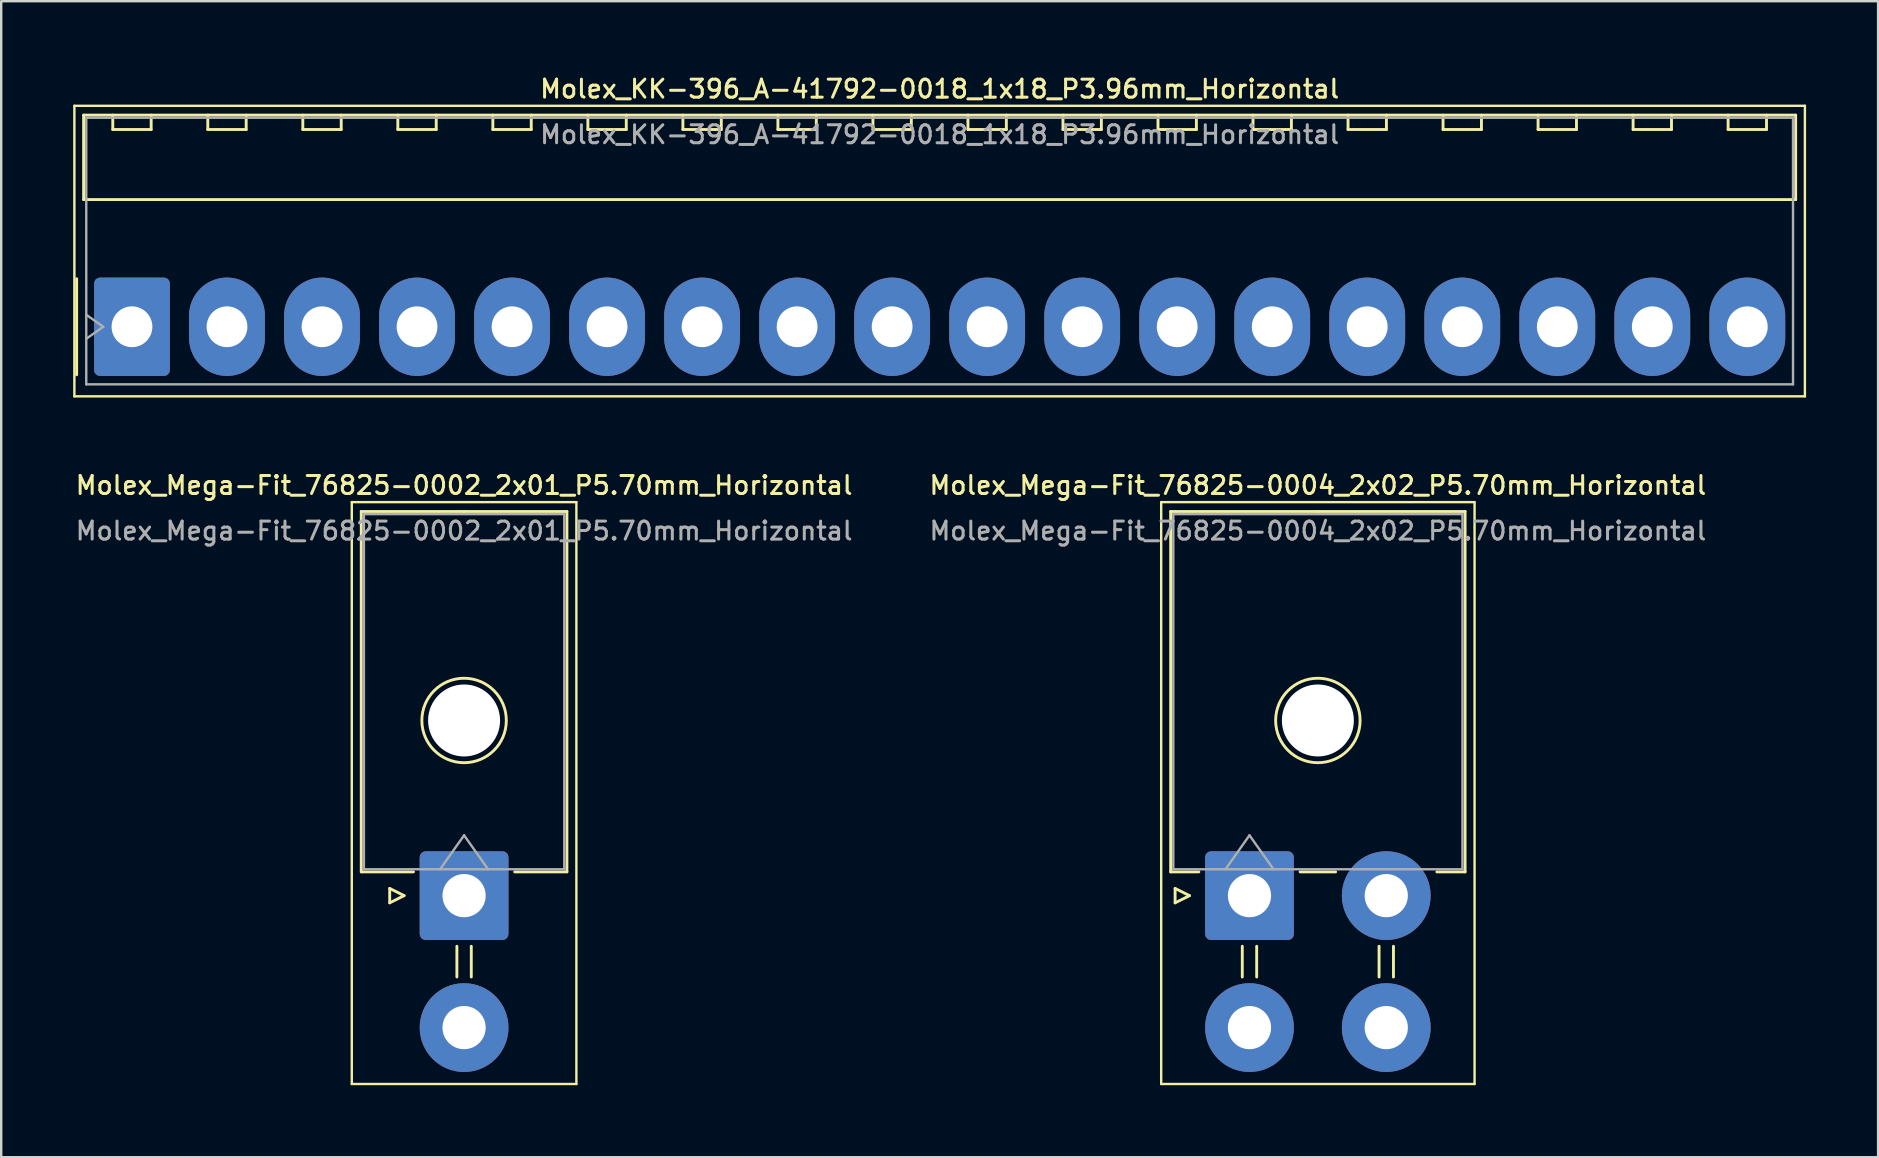
<source format=kicad_pcb>
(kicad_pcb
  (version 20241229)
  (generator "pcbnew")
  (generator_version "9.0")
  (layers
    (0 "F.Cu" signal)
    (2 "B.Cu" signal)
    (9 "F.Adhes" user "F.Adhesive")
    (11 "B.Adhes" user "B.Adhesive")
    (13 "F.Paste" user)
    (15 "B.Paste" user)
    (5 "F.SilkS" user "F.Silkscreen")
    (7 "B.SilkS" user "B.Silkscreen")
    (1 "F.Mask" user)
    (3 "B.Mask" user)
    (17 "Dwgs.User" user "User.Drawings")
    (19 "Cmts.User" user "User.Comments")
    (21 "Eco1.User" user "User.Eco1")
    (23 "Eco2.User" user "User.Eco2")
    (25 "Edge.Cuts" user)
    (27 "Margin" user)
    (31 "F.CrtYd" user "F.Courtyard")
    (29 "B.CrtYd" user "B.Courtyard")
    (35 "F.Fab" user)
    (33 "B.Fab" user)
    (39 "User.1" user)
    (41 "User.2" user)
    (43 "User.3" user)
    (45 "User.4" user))
  (footprint "Molex_Mega-Fit_76825-0004_2x02_P5.70mm_Horizontal"
    (layer "F.Cu")
    (at 49.023 34.276)
    (property "Reference" "Molex_Mega-Fit_76825-0004_2x02_P5.70mm_Horizontal" (at 2.85 -17.1 0) (layer "F.SilkS") (effects (font (size 0.75 0.75) (thickness 0.125))))
    (attr through_hole)
    (fp_line (start -3.68 -16.4) (end -3.68 7.85) (stroke (width 0.1) (type solid)) (layer "F.SilkS"))
    (fp_line (start -3.68 7.85) (end 9.38 7.85) (stroke (width 0.1) (type solid)) (layer "F.SilkS"))
    (fp_line (start -3.285 -16.01) (end -3.285 -0.99) (stroke (width 0.12) (type solid)) (layer "F.SilkS"))
    (fp_line (start -3.285 -0.99) (end -2.11 -0.99) (stroke (width 0.12) (type solid)) (layer "F.SilkS"))
    (fp_line (start -3.1 -0.3) (end -2.5 0) (stroke (width 0.12) (type solid)) (layer "F.SilkS"))
    (fp_line (start -3.1 0.3) (end -3.1 -0.3) (stroke (width 0.12) (type solid)) (layer "F.SilkS"))
    (fp_line (start -2.5 0) (end -3.1 0.3) (stroke (width 0.12) (type solid)) (layer "F.SilkS"))
    (fp_line (start -0.3 2.11) (end -0.3 3.39) (stroke (width 0.12) (type solid)) (layer "F.SilkS"))
    (fp_line (start 0.3 2.11) (end 0.3 3.39) (stroke (width 0.12) (type solid)) (layer "F.SilkS"))
    (fp_line (start 2.11 -0.99) (end 3.59 -0.99) (stroke (width 0.12) (type solid)) (layer "F.SilkS"))
    (fp_line (start 2.85 -16.01) (end -3.285 -16.01) (stroke (width 0.12) (type solid)) (layer "F.SilkS"))
    (fp_line (start 2.85 -16.01) (end 8.985 -16.01) (stroke (width 0.12) (type solid)) (layer "F.SilkS"))
    (fp_line (start 5.4 2.11) (end 5.4 3.39) (stroke (width 0.12) (type solid)) (layer "F.SilkS"))
    (fp_line (start 6 2.11) (end 6 3.39) (stroke (width 0.12) (type solid)) (layer "F.SilkS"))
    (fp_line (start 8.985 -16.01) (end 8.985 -0.99) (stroke (width 0.12) (type solid)) (layer "F.SilkS"))
    (fp_line (start 8.985 -0.99) (end 7.81 -0.99) (stroke (width 0.12) (type solid)) (layer "F.SilkS"))
    (fp_line (start 9.38 -16.4) (end -3.68 -16.4) (stroke (width 0.1) (type solid)) (layer "F.SilkS"))
    (fp_line (start 9.38 7.85) (end 9.38 -16.4) (stroke (width 0.1) (type solid)) (layer "F.SilkS"))
    (fp_circle (center 2.85 -7.3) (end 4.61 -7.3) (stroke (width 0.12) (type solid)) (fill no) (layer "F.SilkS"))
    (fp_line (start -3.175 -15.9) (end -3.175 -1.1) (stroke (width 0.1) (type solid)) (layer "F.Fab"))
    (fp_line (start -3.175 -1.1) (end 8.875 -1.1) (stroke (width 0.1) (type solid)) (layer "F.Fab"))
    (fp_line (start -1 -1.1) (end 0 -2.514) (stroke (width 0.1) (type solid)) (layer "F.Fab"))
    (fp_line (start 0 -2.514) (end 1 -1.1) (stroke (width 0.1) (type solid)) (layer "F.Fab"))
    (fp_line (start 8.875 -15.9) (end -3.175 -15.9) (stroke (width 0.1) (type solid)) (layer "F.Fab"))
    (fp_line (start 8.875 -1.1) (end 8.875 -15.9) (stroke (width 0.1) (type solid)) (layer "F.Fab"))
    (fp_text user "${REFERENCE}" (at 2.85 -15.2 0) (layer "F.Fab") (effects (font (size 0.75 0.75) (thickness 0.125))))
    (pad "" np_thru_hole circle (at 2.85 -7.3) (size 3 3) (drill 3) (layers "*.Cu" "*.Mask"))
    (pad "1" thru_hole roundrect (at 0 0) (size 3.7 3.7) (drill 1.8) (layers "*.Cu" "*.Mask") (roundrect_rratio 0.068))
    (pad "2" thru_hole circle (at 5.7 0) (size 3.7 3.7) (drill 1.8) (layers "*.Cu" "*.Mask"))
    (pad "3" thru_hole circle (at 0 5.5) (size 3.7 3.7) (drill 1.8) (layers "*.Cu" "*.Mask"))
    (pad "4" thru_hole circle (at 5.7 5.5) (size 3.7 3.7) (drill 1.8) (layers "*.Cu" "*.Mask")))
  (footprint "Molex_Mega-Fit_76825-0002_2x01_P5.70mm_Horizontal"
    (layer "F.Cu")
    (at 16.291 34.276)
    (property "Reference" "Molex_Mega-Fit_76825-0002_2x01_P5.70mm_Horizontal" (at 0 -17.1 0) (layer "F.SilkS") (effects (font (size 0.75 0.75) (thickness 0.125))))
    (attr through_hole)
    (fp_line (start -4.68 -16.4) (end -4.68 7.85) (stroke (width 0.1) (type solid)) (layer "F.SilkS"))
    (fp_line (start -4.68 7.85) (end 4.68 7.85) (stroke (width 0.1) (type solid)) (layer "F.SilkS"))
    (fp_line (start -4.285 -16.01) (end -4.285 -0.99) (stroke (width 0.12) (type solid)) (layer "F.SilkS"))
    (fp_line (start -4.285 -0.99) (end -2.11 -0.99) (stroke (width 0.12) (type solid)) (layer "F.SilkS"))
    (fp_line (start -3.1 -0.3) (end -2.5 0) (stroke (width 0.12) (type solid)) (layer "F.SilkS"))
    (fp_line (start -3.1 0.3) (end -3.1 -0.3) (stroke (width 0.12) (type solid)) (layer "F.SilkS"))
    (fp_line (start -2.5 0) (end -3.1 0.3) (stroke (width 0.12) (type solid)) (layer "F.SilkS"))
    (fp_line (start -0.3 2.11) (end -0.3 3.39) (stroke (width 0.12) (type solid)) (layer "F.SilkS"))
    (fp_line (start 0 -16.01) (end -4.285 -16.01) (stroke (width 0.12) (type solid)) (layer "F.SilkS"))
    (fp_line (start 0 -16.01) (end 4.285 -16.01) (stroke (width 0.12) (type solid)) (layer "F.SilkS"))
    (fp_line (start 0.3 2.11) (end 0.3 3.39) (stroke (width 0.12) (type solid)) (layer "F.SilkS"))
    (fp_line (start 4.285 -16.01) (end 4.285 -0.99) (stroke (width 0.12) (type solid)) (layer "F.SilkS"))
    (fp_line (start 4.285 -0.99) (end 2.11 -0.99) (stroke (width 0.12) (type solid)) (layer "F.SilkS"))
    (fp_line (start 4.68 -16.4) (end -4.68 -16.4) (stroke (width 0.1) (type solid)) (layer "F.SilkS"))
    (fp_line (start 4.68 7.85) (end 4.68 -16.4) (stroke (width 0.1) (type solid)) (layer "F.SilkS"))
    (fp_circle (center 0 -7.3) (end 1.76 -7.3) (stroke (width 0.12) (type solid)) (fill no) (layer "F.SilkS"))
    (fp_line (start -4.175 -15.9) (end -4.175 -1.1) (stroke (width 0.1) (type solid)) (layer "F.Fab"))
    (fp_line (start -4.175 -1.1) (end 4.175 -1.1) (stroke (width 0.1) (type solid)) (layer "F.Fab"))
    (fp_line (start -1 -1.1) (end 0 -2.514) (stroke (width 0.1) (type solid)) (layer "F.Fab"))
    (fp_line (start 0 -2.514) (end 1 -1.1) (stroke (width 0.1) (type solid)) (layer "F.Fab"))
    (fp_line (start 4.175 -15.9) (end -4.175 -15.9) (stroke (width 0.1) (type solid)) (layer "F.Fab"))
    (fp_line (start 4.175 -1.1) (end 4.175 -15.9) (stroke (width 0.1) (type solid)) (layer "F.Fab"))
    (fp_text user "${REFERENCE}" (at 0 -15.2 0) (layer "F.Fab") (effects (font (size 0.75 0.75) (thickness 0.125))))
    (pad "" np_thru_hole circle (at 0 -7.3) (size 3 3) (drill 3) (layers "*.Cu" "*.Mask"))
    (pad "1" thru_hole roundrect (at 0 0) (size 3.7 3.7) (drill 1.8) (layers "*.Cu" "*.Mask") (roundrect_rratio 0.068))
    (pad "2" thru_hole circle (at 0 5.5) (size 3.7 3.7) (drill 1.8) (layers "*.Cu" "*.Mask")))
  (footprint "Molex_KK-396_A-41792-0018_1x18_P3.96mm_Horizontal"
    (layer "F.Cu")
    (at 2.45 10.568)
    (property "Reference" "Molex_KK-396_A-41792-0018_1x18_P3.96mm_Horizontal" (at 33.66 -9.91 0) (layer "F.SilkS") (effects (font (size 0.75 0.75) (thickness 0.125))))
    (attr through_hole)
    (fp_line (start -2.4 -9.21) (end -2.4 2.9) (stroke (width 0.1) (type solid)) (layer "F.SilkS"))
    (fp_line (start -2.4 2.9) (end 69.72 2.9) (stroke (width 0.1) (type solid)) (layer "F.SilkS"))
    (fp_line (start -2.305 -2) (end -2.305 2) (stroke (width 0.12) (type solid)) (layer "F.SilkS"))
    (fp_line (start -2.015 -8.82) (end 69.335 -8.82) (stroke (width 0.12) (type solid)) (layer "F.SilkS"))
    (fp_line (start -2.015 -5.3) (end -2.015 -8.82) (stroke (width 0.12) (type solid)) (layer "F.SilkS"))
    (fp_line (start -0.8 -8.82) (end -0.8 -8.22) (stroke (width 0.12) (type solid)) (layer "F.SilkS"))
    (fp_line (start -0.8 -8.22) (end 0.8 -8.22) (stroke (width 0.12) (type solid)) (layer "F.SilkS"))
    (fp_line (start 0.8 -8.22) (end 0.8 -8.82) (stroke (width 0.12) (type solid)) (layer "F.SilkS"))
    (fp_line (start 3.16 -8.82) (end 3.16 -8.22) (stroke (width 0.12) (type solid)) (layer "F.SilkS"))
    (fp_line (start 3.16 -8.22) (end 4.76 -8.22) (stroke (width 0.12) (type solid)) (layer "F.SilkS"))
    (fp_line (start 4.76 -8.22) (end 4.76 -8.82) (stroke (width 0.12) (type solid)) (layer "F.SilkS"))
    (fp_line (start 7.12 -8.82) (end 7.12 -8.22) (stroke (width 0.12) (type solid)) (layer "F.SilkS"))
    (fp_line (start 7.12 -8.22) (end 8.72 -8.22) (stroke (width 0.12) (type solid)) (layer "F.SilkS"))
    (fp_line (start 8.72 -8.22) (end 8.72 -8.82) (stroke (width 0.12) (type solid)) (layer "F.SilkS"))
    (fp_line (start 11.08 -8.82) (end 11.08 -8.22) (stroke (width 0.12) (type solid)) (layer "F.SilkS"))
    (fp_line (start 11.08 -8.22) (end 12.68 -8.22) (stroke (width 0.12) (type solid)) (layer "F.SilkS"))
    (fp_line (start 12.68 -8.22) (end 12.68 -8.82) (stroke (width 0.12) (type solid)) (layer "F.SilkS"))
    (fp_line (start 15.04 -8.82) (end 15.04 -8.22) (stroke (width 0.12) (type solid)) (layer "F.SilkS"))
    (fp_line (start 15.04 -8.22) (end 16.64 -8.22) (stroke (width 0.12) (type solid)) (layer "F.SilkS"))
    (fp_line (start 16.64 -8.22) (end 16.64 -8.82) (stroke (width 0.12) (type solid)) (layer "F.SilkS"))
    (fp_line (start 19 -8.82) (end 19 -8.22) (stroke (width 0.12) (type solid)) (layer "F.SilkS"))
    (fp_line (start 19 -8.22) (end 20.6 -8.22) (stroke (width 0.12) (type solid)) (layer "F.SilkS"))
    (fp_line (start 20.6 -8.22) (end 20.6 -8.82) (stroke (width 0.12) (type solid)) (layer "F.SilkS"))
    (fp_line (start 22.96 -8.82) (end 22.96 -8.22) (stroke (width 0.12) (type solid)) (layer "F.SilkS"))
    (fp_line (start 22.96 -8.22) (end 24.56 -8.22) (stroke (width 0.12) (type solid)) (layer "F.SilkS"))
    (fp_line (start 24.56 -8.22) (end 24.56 -8.82) (stroke (width 0.12) (type solid)) (layer "F.SilkS"))
    (fp_line (start 26.92 -8.82) (end 26.92 -8.22) (stroke (width 0.12) (type solid)) (layer "F.SilkS"))
    (fp_line (start 26.92 -8.22) (end 28.52 -8.22) (stroke (width 0.12) (type solid)) (layer "F.SilkS"))
    (fp_line (start 28.52 -8.22) (end 28.52 -8.82) (stroke (width 0.12) (type solid)) (layer "F.SilkS"))
    (fp_line (start 30.88 -8.82) (end 30.88 -8.22) (stroke (width 0.12) (type solid)) (layer "F.SilkS"))
    (fp_line (start 30.88 -8.22) (end 32.48 -8.22) (stroke (width 0.12) (type solid)) (layer "F.SilkS"))
    (fp_line (start 32.48 -8.22) (end 32.48 -8.82) (stroke (width 0.12) (type solid)) (layer "F.SilkS"))
    (fp_line (start 34.84 -8.82) (end 34.84 -8.22) (stroke (width 0.12) (type solid)) (layer "F.SilkS"))
    (fp_line (start 34.84 -8.22) (end 36.44 -8.22) (stroke (width 0.12) (type solid)) (layer "F.SilkS"))
    (fp_line (start 36.44 -8.22) (end 36.44 -8.82) (stroke (width 0.12) (type solid)) (layer "F.SilkS"))
    (fp_line (start 38.8 -8.82) (end 38.8 -8.22) (stroke (width 0.12) (type solid)) (layer "F.SilkS"))
    (fp_line (start 38.8 -8.22) (end 40.4 -8.22) (stroke (width 0.12) (type solid)) (layer "F.SilkS"))
    (fp_line (start 40.4 -8.22) (end 40.4 -8.82) (stroke (width 0.12) (type solid)) (layer "F.SilkS"))
    (fp_line (start 42.76 -8.82) (end 42.76 -8.22) (stroke (width 0.12) (type solid)) (layer "F.SilkS"))
    (fp_line (start 42.76 -8.22) (end 44.36 -8.22) (stroke (width 0.12) (type solid)) (layer "F.SilkS"))
    (fp_line (start 44.36 -8.22) (end 44.36 -8.82) (stroke (width 0.12) (type solid)) (layer "F.SilkS"))
    (fp_line (start 46.72 -8.82) (end 46.72 -8.22) (stroke (width 0.12) (type solid)) (layer "F.SilkS"))
    (fp_line (start 46.72 -8.22) (end 48.32 -8.22) (stroke (width 0.12) (type solid)) (layer "F.SilkS"))
    (fp_line (start 48.32 -8.22) (end 48.32 -8.82) (stroke (width 0.12) (type solid)) (layer "F.SilkS"))
    (fp_line (start 50.68 -8.82) (end 50.68 -8.22) (stroke (width 0.12) (type solid)) (layer "F.SilkS"))
    (fp_line (start 50.68 -8.22) (end 52.28 -8.22) (stroke (width 0.12) (type solid)) (layer "F.SilkS"))
    (fp_line (start 52.28 -8.22) (end 52.28 -8.82) (stroke (width 0.12) (type solid)) (layer "F.SilkS"))
    (fp_line (start 54.64 -8.82) (end 54.64 -8.22) (stroke (width 0.12) (type solid)) (layer "F.SilkS"))
    (fp_line (start 54.64 -8.22) (end 56.24 -8.22) (stroke (width 0.12) (type solid)) (layer "F.SilkS"))
    (fp_line (start 56.24 -8.22) (end 56.24 -8.82) (stroke (width 0.12) (type solid)) (layer "F.SilkS"))
    (fp_line (start 58.6 -8.82) (end 58.6 -8.22) (stroke (width 0.12) (type solid)) (layer "F.SilkS"))
    (fp_line (start 58.6 -8.22) (end 60.2 -8.22) (stroke (width 0.12) (type solid)) (layer "F.SilkS"))
    (fp_line (start 60.2 -8.22) (end 60.2 -8.82) (stroke (width 0.12) (type solid)) (layer "F.SilkS"))
    (fp_line (start 62.56 -8.82) (end 62.56 -8.22) (stroke (width 0.12) (type solid)) (layer "F.SilkS"))
    (fp_line (start 62.56 -8.22) (end 64.16 -8.22) (stroke (width 0.12) (type solid)) (layer "F.SilkS"))
    (fp_line (start 64.16 -8.22) (end 64.16 -8.82) (stroke (width 0.12) (type solid)) (layer "F.SilkS"))
    (fp_line (start 66.52 -8.82) (end 66.52 -8.22) (stroke (width 0.12) (type solid)) (layer "F.SilkS"))
    (fp_line (start 66.52 -8.22) (end 68.12 -8.22) (stroke (width 0.12) (type solid)) (layer "F.SilkS"))
    (fp_line (start 68.12 -8.22) (end 68.12 -8.82) (stroke (width 0.12) (type solid)) (layer "F.SilkS"))
    (fp_line (start 69.335 -8.82) (end 69.335 -5.3) (stroke (width 0.12) (type solid)) (layer "F.SilkS"))
    (fp_line (start 69.335 -5.3) (end -2.015 -5.3) (stroke (width 0.12) (type solid)) (layer "F.SilkS"))
    (fp_line (start 69.72 -9.21) (end -2.4 -9.21) (stroke (width 0.1) (type solid)) (layer "F.SilkS"))
    (fp_line (start 69.72 2.9) (end 69.72 -9.21) (stroke (width 0.1) (type solid)) (layer "F.SilkS"))
    (fp_line (start -1.905 -8.71) (end 69.225 -8.71) (stroke (width 0.1) (type solid)) (layer "F.Fab"))
    (fp_line (start -1.905 -0.5) (end -1.198 0) (stroke (width 0.1) (type solid)) (layer "F.Fab"))
    (fp_line (start -1.905 2.4) (end -1.905 -8.71) (stroke (width 0.1) (type solid)) (layer "F.Fab"))
    (fp_line (start -1.198 0) (end -1.905 0.5) (stroke (width 0.1) (type solid)) (layer "F.Fab"))
    (fp_line (start 69.225 -8.71) (end 69.225 2.4) (stroke (width 0.1) (type solid)) (layer "F.Fab"))
    (fp_line (start 69.225 2.4) (end -1.905 2.4) (stroke (width 0.1) (type solid)) (layer "F.Fab"))
    (fp_text user "${REFERENCE}" (at 33.66 -8.01 0) (layer "F.Fab") (effects (font (size 0.75 0.75) (thickness 0.125))))
    (pad "1" thru_hole roundrect (at 0 0) (size 3.16 4.1) (drill 1.7) (layers "*.Cu" "*.Mask") (roundrect_rratio 0.079))
    (pad "2" thru_hole oval (at 3.96 0) (size 3.16 4.1) (drill 1.7) (layers "*.Cu" "*.Mask"))
    (pad "3" thru_hole oval (at 7.92 0) (size 3.16 4.1) (drill 1.7) (layers "*.Cu" "*.Mask"))
    (pad "4" thru_hole oval (at 11.88 0) (size 3.16 4.1) (drill 1.7) (layers "*.Cu" "*.Mask"))
    (pad "5" thru_hole oval (at 15.84 0) (size 3.16 4.1) (drill 1.7) (layers "*.Cu" "*.Mask"))
    (pad "6" thru_hole oval (at 19.8 0) (size 3.16 4.1) (drill 1.7) (layers "*.Cu" "*.Mask"))
    (pad "7" thru_hole oval (at 23.76 0) (size 3.16 4.1) (drill 1.7) (layers "*.Cu" "*.Mask"))
    (pad "8" thru_hole oval (at 27.72 0) (size 3.16 4.1) (drill 1.7) (layers "*.Cu" "*.Mask"))
    (pad "9" thru_hole oval (at 31.68 0) (size 3.16 4.1) (drill 1.7) (layers "*.Cu" "*.Mask"))
    (pad "10" thru_hole oval (at 35.64 0) (size 3.16 4.1) (drill 1.7) (layers "*.Cu" "*.Mask"))
    (pad "11" thru_hole oval (at 39.6 0) (size 3.16 4.1) (drill 1.7) (layers "*.Cu" "*.Mask"))
    (pad "12" thru_hole oval (at 43.56 0) (size 3.16 4.1) (drill 1.7) (layers "*.Cu" "*.Mask"))
    (pad "13" thru_hole oval (at 47.52 0) (size 3.16 4.1) (drill 1.7) (layers "*.Cu" "*.Mask"))
    (pad "14" thru_hole oval (at 51.48 0) (size 3.16 4.1) (drill 1.7) (layers "*.Cu" "*.Mask"))
    (pad "15" thru_hole oval (at 55.44 0) (size 3.16 4.1) (drill 1.7) (layers "*.Cu" "*.Mask"))
    (pad "16" thru_hole oval (at 59.4 0) (size 3.16 4.1) (drill 1.7) (layers "*.Cu" "*.Mask"))
    (pad "17" thru_hole oval (at 63.36 0) (size 3.16 4.1) (drill 1.7) (layers "*.Cu" "*.Mask"))
    (pad "18" thru_hole oval (at 67.32 0) (size 3.16 4.1) (drill 1.7) (layers "*.Cu" "*.Mask")))
  (gr_rect
    (start -3 -3)
    (end 75.22 45.176)
    (stroke (width 0.1) (type default))
    (fill no)
    (layer "Edge.Cuts")))
</source>
